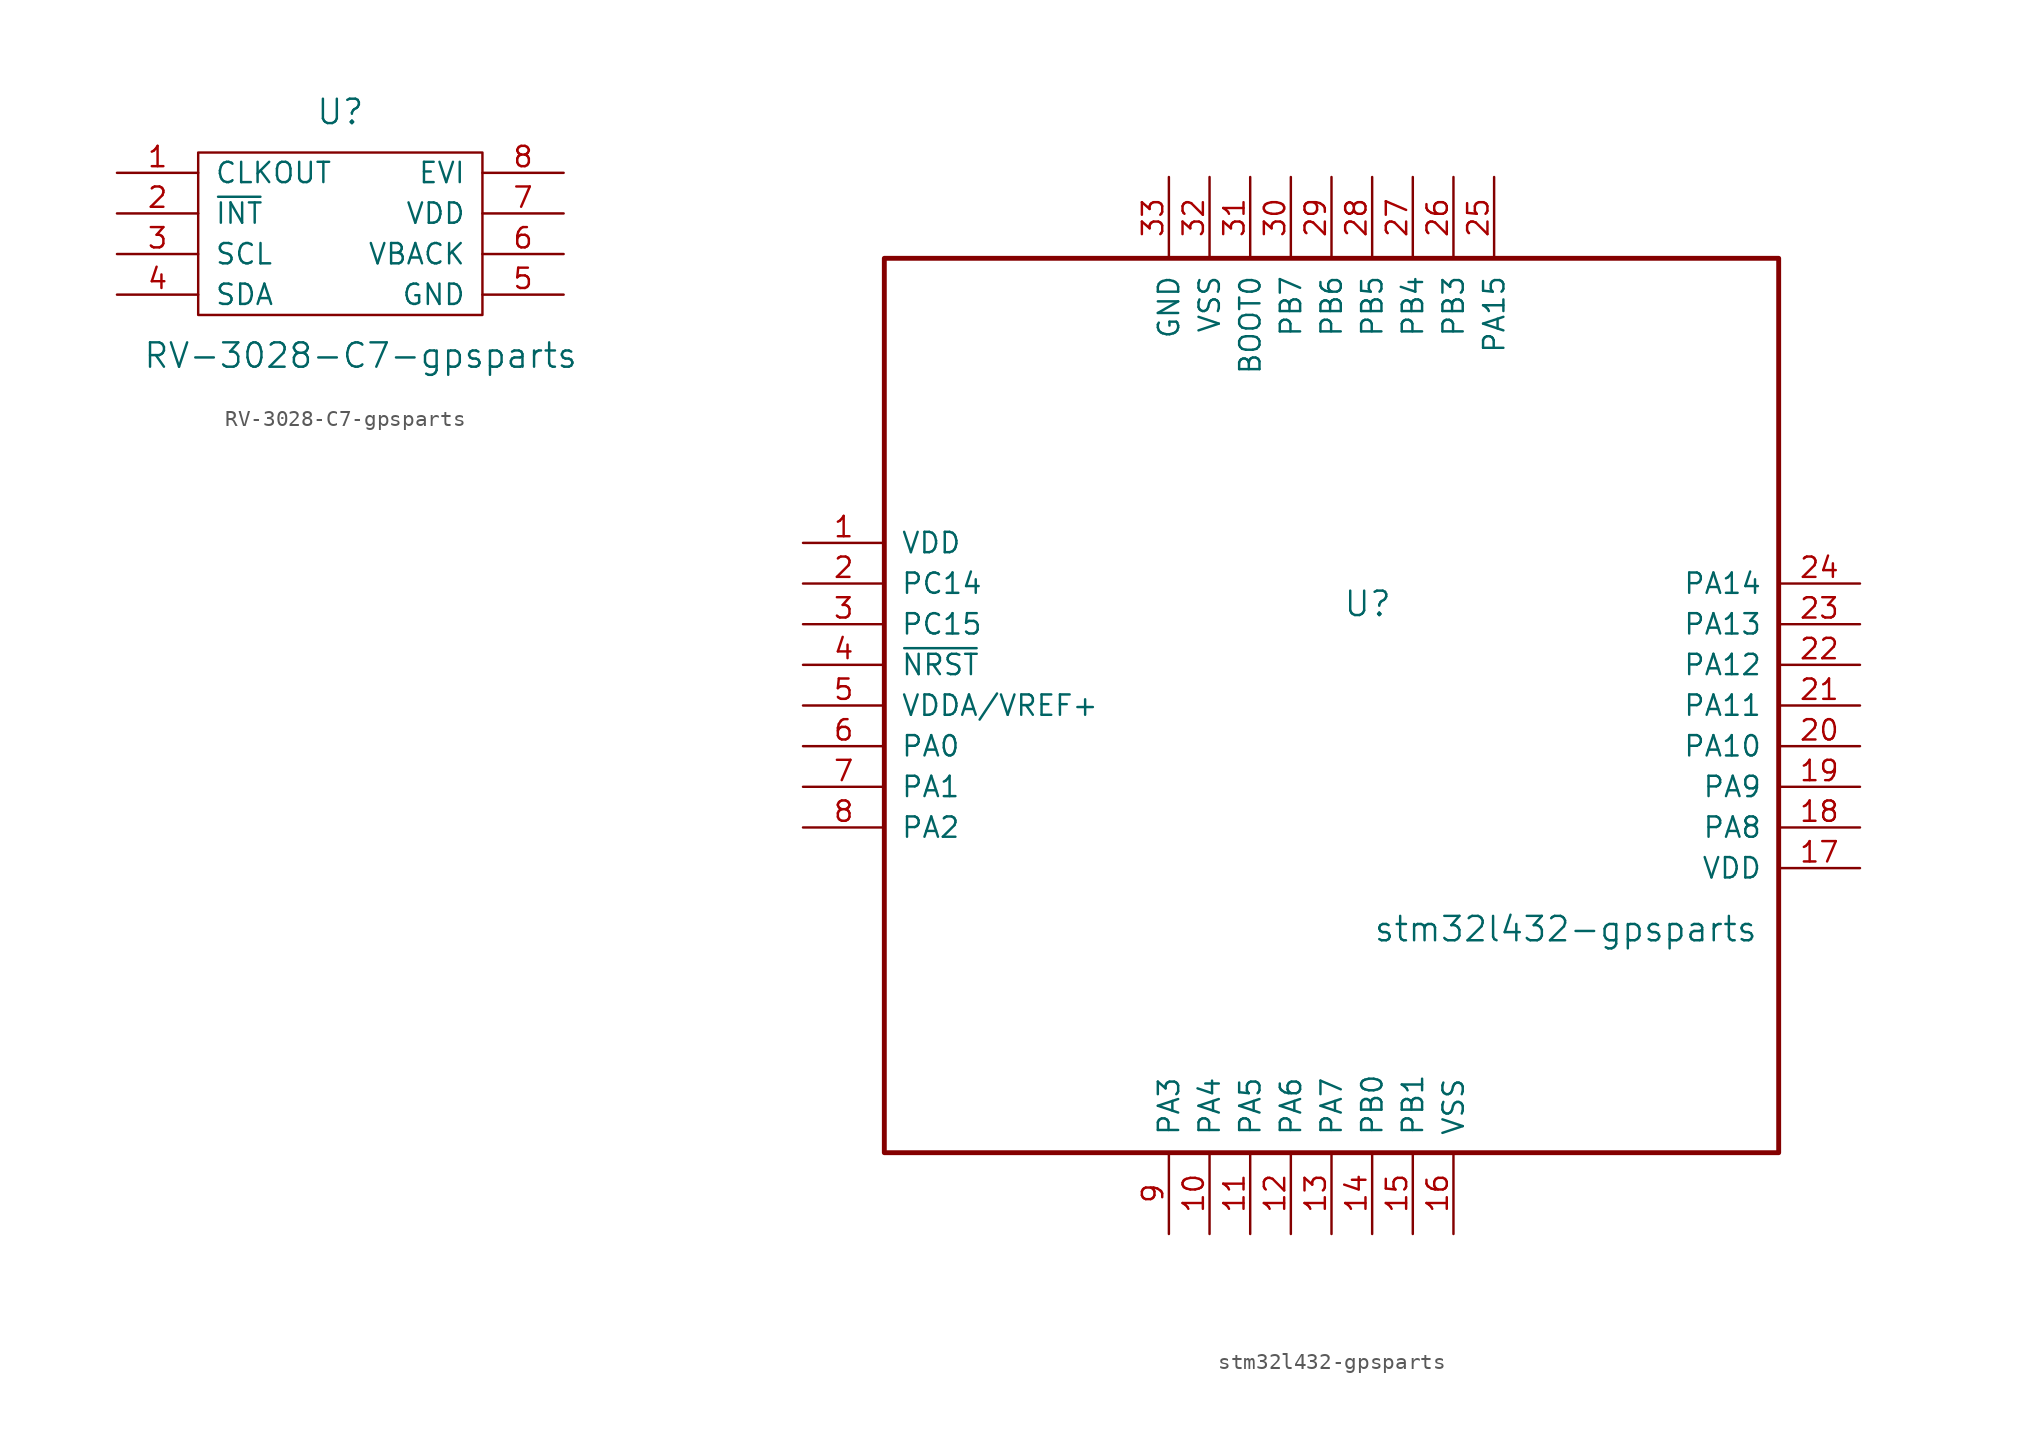
<source format=kicad_sym>
(kicad_symbol_lib
  (version 20211014)
  (generator kicad_symbol_editor)
  (symbol "RV-3028-C7-gpsparts"
    (pin_names
      (offset 1.016))
    (property "Reference" "U"
      (at 0 7.62 0)
      (effects (font (size 1.524 1.524))))
    (property "Value" "RV-3028-C7-gpsparts"
      (at 1.27 -7.62 0)
      (effects (font (size 1.524 1.524))))
    (symbol "RV-3028-C7-gpsparts_0_1"
      (rectangle (start -8.89 5.08) (end 8.89 -5.08) (stroke (width 0) (type default) (color 0 0 0 0)) (fill (type none))))
    (symbol "RV-3028-C7-gpsparts_1_1"
      (pin input line (at -13.97 3.81 0) (length 5.08) (name "CLKOUT" (effects (font (size 1.27 1.27)))) (number "1" (effects (font (size 1.27 1.27)))))
      (pin input line (at -13.97 1.27 0) (length 5.08) (name "~{INT}" (effects (font (size 1.27 1.27)))) (number "2" (effects (font (size 1.27 1.27)))))
      (pin input line (at -13.97 -1.27 0) (length 5.08) (name "SCL" (effects (font (size 1.27 1.27)))) (number "3" (effects (font (size 1.27 1.27)))))
      (pin input line (at -13.97 -3.81 0) (length 5.08) (name "SDA" (effects (font (size 1.27 1.27)))) (number "4" (effects (font (size 1.27 1.27)))))
      (pin input line (at 13.97 -3.81 180) (length 5.08) (name "GND" (effects (font (size 1.27 1.27)))) (number "5" (effects (font (size 1.27 1.27)))))
      (pin input line (at 13.97 -1.27 180) (length 5.08) (name "VBACK" (effects (font (size 1.27 1.27)))) (number "6" (effects (font (size 1.27 1.27)))))
      (pin input line (at 13.97 1.27 180) (length 5.08) (name "VDD" (effects (font (size 1.27 1.27)))) (number "7" (effects (font (size 1.27 1.27)))))
      (pin input line (at 13.97 3.81 180) (length 5.08) (name "EVI" (effects (font (size 1.27 1.27)))) (number "8" (effects (font (size 1.27 1.27)))))))
  (symbol "stm32l432-gpsparts"
    (pin_names
      (offset 1.016))
    (property "Reference" "U"
      (at 36.83 -3.81 0)
      (effects (font (size 1.524 1.524)) (justify right)))
    (property "Value" "stm32l432-gpsparts"
      (at 59.69 -24.13 0)
      (effects (font (size 1.524 1.524)) (justify right)))
    (property "ki_locked" ""
      (at 0 0 0)
      (effects (font (size 1.27 1.27))))
    (symbol "stm32l432-gpsparts_1_1"
      (rectangle (start 5.08 17.78) (end 60.96 -38.1) (stroke (width 0.305) (type default) (color 0 0 0 0)) (fill (type none)))
      (pin power_in line (at 0 0 0) (length 5.08) (name "VDD" (effects (font (size 1.27 1.27)))) (number "1" (effects (font (size 1.27 1.27)))))
      (pin bidirectional line (at 25.4 -43.18 90) (length 5.08) (name "PA4" (effects (font (size 1.27 1.27)))) (number "10" (effects (font (size 1.27 1.27)))))
      (pin bidirectional line (at 27.94 -43.18 90) (length 5.08) (name "PA5" (effects (font (size 1.27 1.27)))) (number "11" (effects (font (size 1.27 1.27)))))
      (pin bidirectional line (at 30.48 -43.18 90) (length 5.08) (name "PA6" (effects (font (size 1.27 1.27)))) (number "12" (effects (font (size 1.27 1.27)))))
      (pin bidirectional line (at 33.02 -43.18 90) (length 5.08) (name "PA7" (effects (font (size 1.27 1.27)))) (number "13" (effects (font (size 1.27 1.27)))))
      (pin bidirectional line (at 35.56 -43.18 90) (length 5.08) (name "PB0" (effects (font (size 1.27 1.27)))) (number "14" (effects (font (size 1.27 1.27)))))
      (pin bidirectional line (at 38.1 -43.18 90) (length 5.08) (name "PB1" (effects (font (size 1.27 1.27)))) (number "15" (effects (font (size 1.27 1.27)))))
      (pin power_in line (at 40.64 -43.18 90) (length 5.08) (name "VSS" (effects (font (size 1.27 1.27)))) (number "16" (effects (font (size 1.27 1.27)))))
      (pin power_in line (at 66.04 -20.32 180) (length 5.08) (name "VDD" (effects (font (size 1.27 1.27)))) (number "17" (effects (font (size 1.27 1.27)))))
      (pin bidirectional line (at 66.04 -17.78 180) (length 5.08) (name "PA8" (effects (font (size 1.27 1.27)))) (number "18" (effects (font (size 1.27 1.27)))))
      (pin bidirectional line (at 66.04 -15.24 180) (length 5.08) (name "PA9" (effects (font (size 1.27 1.27)))) (number "19" (effects (font (size 1.27 1.27)))))
      (pin bidirectional line (at 0 -2.54 0) (length 5.08) (name "PC14" (effects (font (size 1.27 1.27)))) (number "2" (effects (font (size 1.27 1.27)))))
      (pin bidirectional line (at 66.04 -12.7 180) (length 5.08) (name "PA10" (effects (font (size 1.27 1.27)))) (number "20" (effects (font (size 1.27 1.27)))))
      (pin bidirectional line (at 66.04 -10.16 180) (length 5.08) (name "PA11" (effects (font (size 1.27 1.27)))) (number "21" (effects (font (size 1.27 1.27)))))
      (pin bidirectional line (at 66.04 -7.62 180) (length 5.08) (name "PA12" (effects (font (size 1.27 1.27)))) (number "22" (effects (font (size 1.27 1.27)))))
      (pin bidirectional line (at 66.04 -5.08 180) (length 5.08) (name "PA13" (effects (font (size 1.27 1.27)))) (number "23" (effects (font (size 1.27 1.27)))))
      (pin bidirectional line (at 66.04 -2.54 180) (length 5.08) (name "PA14" (effects (font (size 1.27 1.27)))) (number "24" (effects (font (size 1.27 1.27)))))
      (pin bidirectional line (at 43.18 22.86 270) (length 5.08) (name "PA15" (effects (font (size 1.27 1.27)))) (number "25" (effects (font (size 1.27 1.27)))))
      (pin bidirectional line (at 40.64 22.86 270) (length 5.08) (name "PB3" (effects (font (size 1.27 1.27)))) (number "26" (effects (font (size 1.27 1.27)))))
      (pin bidirectional line (at 38.1 22.86 270) (length 5.08) (name "PB4" (effects (font (size 1.27 1.27)))) (number "27" (effects (font (size 1.27 1.27)))))
      (pin bidirectional line (at 35.56 22.86 270) (length 5.08) (name "PB5" (effects (font (size 1.27 1.27)))) (number "28" (effects (font (size 1.27 1.27)))))
      (pin bidirectional line (at 33.02 22.86 270) (length 5.08) (name "PB6" (effects (font (size 1.27 1.27)))) (number "29" (effects (font (size 1.27 1.27)))))
      (pin bidirectional line (at 0 -5.08 0) (length 5.08) (name "PC15" (effects (font (size 1.27 1.27)))) (number "3" (effects (font (size 1.27 1.27)))))
      (pin bidirectional line (at 30.48 22.86 270) (length 5.08) (name "PB7" (effects (font (size 1.27 1.27)))) (number "30" (effects (font (size 1.27 1.27)))))
      (pin input line (at 27.94 22.86 270) (length 5.08) (name "BOOT0" (effects (font (size 1.27 1.27)))) (number "31" (effects (font (size 1.27 1.27)))))
      (pin power_in line (at 25.4 22.86 270) (length 5.08) (name "VSS" (effects (font (size 1.27 1.27)))) (number "32" (effects (font (size 1.27 1.27)))))
      (pin power_in line (at 22.86 22.86 270) (length 5.08) (name "GND" (effects (font (size 1.27 1.27)))) (number "33" (effects (font (size 1.27 1.27)))))
      (pin bidirectional line (at 0 -7.62 0) (length 5.08) (name "~{NRST}" (effects (font (size 1.27 1.27)))) (number "4" (effects (font (size 1.27 1.27)))))
      (pin power_in line (at 0 -10.16 0) (length 5.08) (name "VDDA/VREF+" (effects (font (size 1.27 1.27)))) (number "5" (effects (font (size 1.27 1.27)))))
      (pin bidirectional line (at 0 -12.7 0) (length 5.08) (name "PA0" (effects (font (size 1.27 1.27)))) (number "6" (effects (font (size 1.27 1.27)))))
      (pin bidirectional line (at 0 -15.24 0) (length 5.08) (name "PA1" (effects (font (size 1.27 1.27)))) (number "7" (effects (font (size 1.27 1.27)))))
      (pin bidirectional line (at 0 -17.78 0) (length 5.08) (name "PA2" (effects (font (size 1.27 1.27)))) (number "8" (effects (font (size 1.27 1.27)))))
      (pin passive line (at 22.86 -43.18 90) (length 5.08) (name "PA3" (effects (font (size 1.27 1.27)))) (number "9" (effects (font (size 1.27 1.27))))))))
</source>
